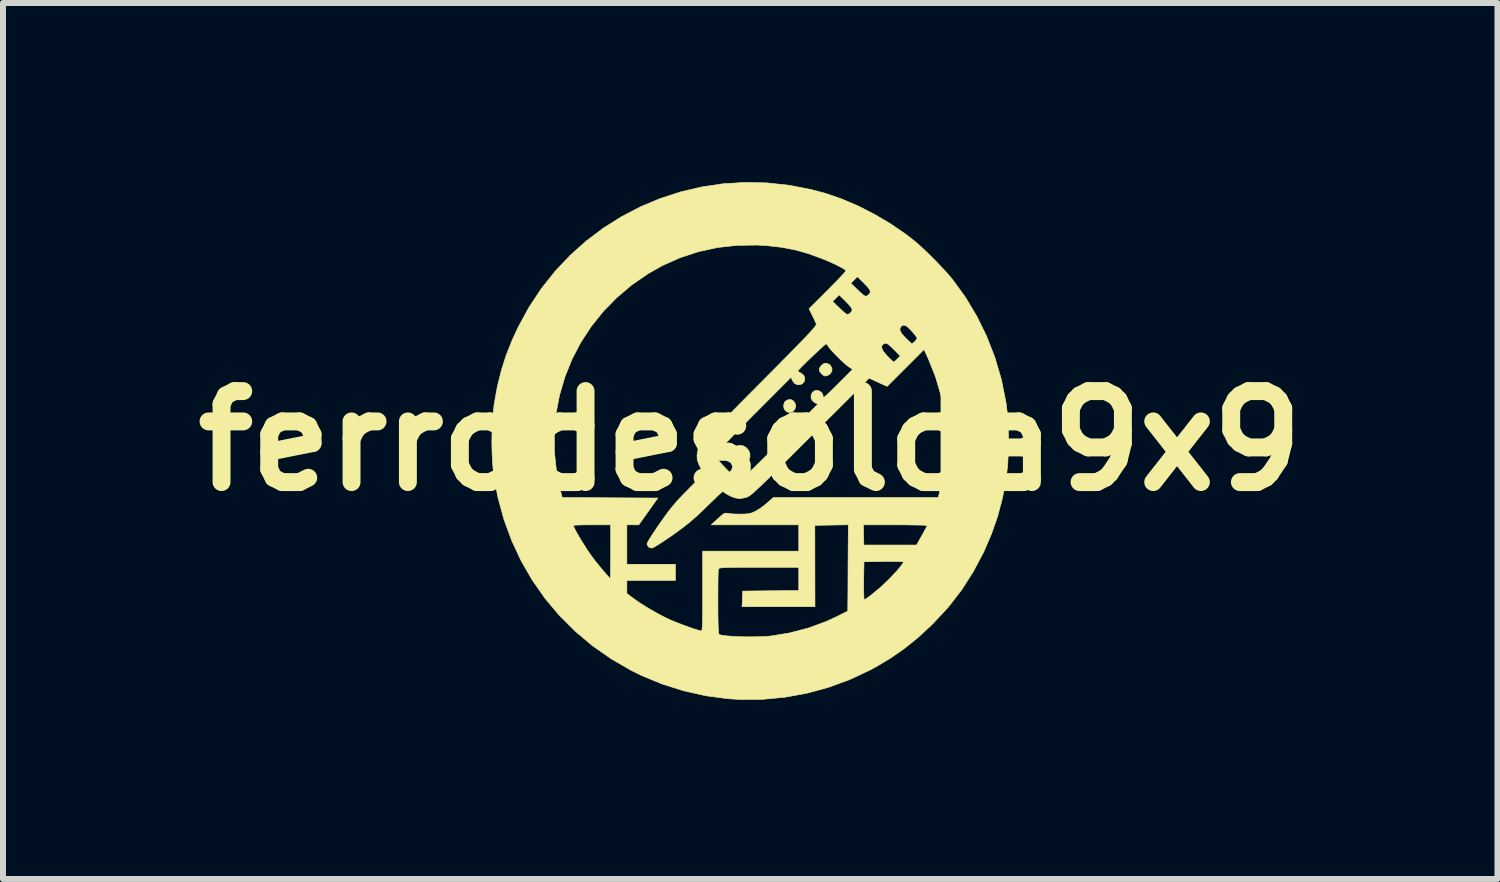
<source format=kicad_pcb>
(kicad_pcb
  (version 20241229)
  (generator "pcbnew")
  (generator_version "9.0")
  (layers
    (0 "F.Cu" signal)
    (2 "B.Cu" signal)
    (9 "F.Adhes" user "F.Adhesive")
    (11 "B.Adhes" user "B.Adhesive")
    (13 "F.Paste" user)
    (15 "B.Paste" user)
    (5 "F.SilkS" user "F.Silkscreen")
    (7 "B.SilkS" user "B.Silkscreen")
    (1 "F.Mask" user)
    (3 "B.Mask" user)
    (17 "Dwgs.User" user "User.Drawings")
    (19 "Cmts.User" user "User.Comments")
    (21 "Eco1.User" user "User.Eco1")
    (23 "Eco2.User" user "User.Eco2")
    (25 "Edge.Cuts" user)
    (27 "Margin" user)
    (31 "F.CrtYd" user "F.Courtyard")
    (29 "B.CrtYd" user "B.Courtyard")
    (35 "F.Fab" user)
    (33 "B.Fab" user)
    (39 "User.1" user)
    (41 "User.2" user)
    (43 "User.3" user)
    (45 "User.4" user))
  (footprint "ferrodesolda9x9"
    (layer "F.Cu")
    (at 9.514 4.334)
    (property "Reference" "ferrodesolda9x9" (at 0 0 0) (layer "F.SilkS") (effects (font (size 1.524 1.524) (thickness 0.3))))
    (attr through_hole)
    (fp_poly (pts (xy 0.689 -0.69) (xy 0.731 -0.663) (xy 0.757 -0.616) (xy 0.762 -0.58) (xy 0.747 -0.528) (xy 0.71 -0.489) (xy 0.661 -0.474) (xy 0.66 -0.474) (xy 0.627 -0.483) (xy 0.596 -0.5) (xy 0.567 -0.539) (xy 0.559 -0.591) (xy 0.571 -0.642) (xy 0.59 -0.666) (xy 0.639 -0.692) (xy 0.689 -0.69)) (stroke (width 0.01) (type solid)) (fill yes) (layer "F.SilkS"))
    (fp_poly (pts (xy 1.334 -1.274) (xy 1.338 -1.27) (xy 1.369 -1.22) (xy 1.368 -1.168) (xy 1.338 -1.123) (xy 1.309 -1.103) (xy 1.267 -1.086) (xy 1.234 -1.092) (xy 1.196 -1.122) (xy 1.193 -1.125) (xy 1.16 -1.168) (xy 1.155 -1.206) (xy 1.18 -1.25) (xy 1.187 -1.259) (xy 1.233 -1.296) (xy 1.284 -1.301) (xy 1.334 -1.274)) (stroke (width 0.01) (type solid)) (fill yes) (layer "F.SilkS"))
    (fp_poly (pts (xy -0.122 0.081) (xy -0.067 0.111) (xy -0.027 0.158) (xy -0.005 0.215) (xy -0.005 0.277) (xy -0.033 0.339) (xy -0.047 0.356) (xy -0.108 0.403) (xy -0.176 0.418) (xy -0.246 0.402) (xy -0.265 0.392) (xy -0.317 0.342) (xy -0.342 0.279) (xy -0.342 0.246) (xy -0.217 0.246) (xy -0.206 0.273) (xy -0.179 0.285) (xy -0.174 0.285) (xy -0.146 0.265) (xy -0.139 0.25) (xy -0.146 0.221) (xy -0.173 0.206) (xy -0.202 0.213) (xy -0.207 0.217) (xy -0.217 0.246) (xy -0.342 0.246) (xy -0.343 0.213) (xy -0.318 0.15) (xy -0.268 0.101) (xy -0.253 0.093) (xy -0.185 0.073) (xy -0.122 0.081)) (stroke (width 0.01) (type solid)) (fill yes) (layer "F.SilkS"))
    (fp_poly (pts (xy 0.283 -4.321) (xy 0.653 -4.281) (xy 1.024 -4.209) (xy 1.257 -4.147) (xy 1.53 -4.053) (xy 1.81 -3.933) (xy 2.088 -3.791) (xy 2.356 -3.632) (xy 2.606 -3.461) (xy 2.769 -3.333) (xy 2.862 -3.251) (xy 2.968 -3.151) (xy 3.079 -3.041) (xy 3.188 -2.928) (xy 3.288 -2.82) (xy 3.371 -2.724) (xy 3.39 -2.701) (xy 3.606 -2.403) (xy 3.797 -2.084) (xy 3.961 -1.748) (xy 4.098 -1.396) (xy 4.205 -1.031) (xy 4.281 -0.655) (xy 4.287 -0.621) (xy 4.308 -0.442) (xy 4.321 -0.24) (xy 4.326 -0.026) (xy 4.323 0.189) (xy 4.312 0.396) (xy 4.292 0.582) (xy 4.286 0.624) (xy 4.225 0.954) (xy 4.143 1.265) (xy 4.038 1.564) (xy 3.913 1.854) (xy 3.739 2.184) (xy 3.543 2.491) (xy 3.322 2.778) (xy 3.072 3.048) (xy 3.02 3.099) (xy 2.797 3.304) (xy 2.574 3.482) (xy 2.343 3.642) (xy 2.094 3.79) (xy 1.994 3.843) (xy 1.659 4) (xy 1.31 4.127) (xy 0.95 4.225) (xy 0.584 4.292) (xy 0.216 4.327) (xy -0.153 4.331) (xy -0.373 4.317) (xy -0.748 4.267) (xy -1.118 4.184) (xy -1.479 4.07) (xy -1.828 3.925) (xy -1.996 3.842) (xy -2.329 3.649) (xy -2.641 3.431) (xy -2.929 3.189) (xy -3.194 2.925) (xy -3.434 2.64) (xy -3.648 2.334) (xy -3.835 2.011) (xy -3.994 1.67) (xy -4.088 1.415) (xy -2.963 1.415) (xy -2.954 1.442) (xy -2.93 1.492) (xy -2.893 1.559) (xy -2.848 1.636) (xy -2.796 1.72) (xy -2.743 1.803) (xy -2.691 1.881) (xy -2.65 1.939) (xy -2.609 1.994) (xy -2.559 2.056) (xy -2.506 2.121) (xy -2.453 2.184) (xy -2.407 2.238) (xy -2.37 2.279) (xy -2.348 2.301) (xy -2.344 2.303) (xy -2.342 2.287) (xy -2.34 2.241) (xy -2.339 2.17) (xy -2.338 2.079) (xy -2.337 1.971) (xy -2.337 1.854) (xy -2.337 1.405) (xy -2.65 1.405) (xy -2.749 1.406) (xy -2.835 1.407) (xy -2.903 1.409) (xy -2.947 1.412) (xy -2.963 1.415) (xy -4.088 1.415) (xy -4.125 1.313) (xy -4.226 0.942) (xy -4.287 0.621) (xy -4.309 0.438) (xy -4.322 0.233) (xy -4.327 0.017) (xy -4.324 -0.136) (xy -3.281 -0.136) (xy -3.279 0.188) (xy -3.244 0.515) (xy -3.176 0.843) (xy -3.167 0.878) (xy -3.148 0.948) (xy -1.548 0.957) (xy -1.707 1.181) (xy -1.866 1.405) (xy -2.066 1.405) (xy -2.066 2.066) (xy -1.253 2.066) (xy -1.253 2.337) (xy -2.066 2.337) (xy -2.066 2.556) (xy -1.977 2.623) (xy -1.849 2.713) (xy -1.702 2.805) (xy -1.548 2.893) (xy -1.405 2.967) (xy -1.336 2.999) (xy -1.251 3.034) (xy -1.158 3.07) (xy -1.065 3.105) (xy -0.977 3.136) (xy -0.901 3.161) (xy -0.844 3.177) (xy -0.817 3.182) (xy -0.811 3.176) (xy -0.807 3.154) (xy -0.803 3.114) (xy -0.8 3.053) (xy -0.798 2.969) (xy -0.797 2.86) (xy -0.796 2.722) (xy -0.796 2.641) (xy -0.541 2.641) (xy -0.541 2.704) (xy -0.541 2.861) (xy -0.539 2.986) (xy -0.537 3.084) (xy -0.534 3.155) (xy -0.531 3.204) (xy -0.526 3.233) (xy -0.519 3.244) (xy -0.519 3.244) (xy -0.472 3.255) (xy -0.397 3.265) (xy -0.302 3.272) (xy -0.191 3.278) (xy -0.073 3.281) (xy 0.047 3.281) (xy 0.163 3.279) (xy 0.268 3.274) (xy 0.347 3.267) (xy 0.664 3.215) (xy 0.974 3.134) (xy 1.271 3.025) (xy 1.439 2.947) (xy 1.634 2.85) (xy 1.637 2.451) (xy 1.9 2.451) (xy 1.901 2.541) (xy 1.903 2.608) (xy 1.907 2.648) (xy 1.912 2.659) (xy 1.932 2.649) (xy 1.97 2.623) (xy 2.018 2.588) (xy 2.177 2.456) (xy 2.323 2.319) (xy 2.447 2.187) (xy 2.456 2.177) (xy 2.503 2.121) (xy 2.541 2.073) (xy 2.565 2.041) (xy 2.571 2.031) (xy 2.557 2.025) (xy 2.51 2.021) (xy 2.431 2.018) (xy 2.322 2.018) (xy 2.241 2.019) (xy 1.905 2.024) (xy 1.9 2.341) (xy 1.9 2.451) (xy 1.637 2.451) (xy 1.638 2.127) (xy 1.643 1.405) (xy 1.895 1.405) (xy 1.903 1.744) (xy 2.344 1.744) (xy 2.786 1.744) (xy 2.874 1.586) (xy 2.911 1.52) (xy 2.94 1.466) (xy 2.959 1.429) (xy 2.963 1.417) (xy 2.947 1.414) (xy 2.901 1.411) (xy 2.829 1.409) (xy 2.735 1.408) (xy 2.624 1.406) (xy 2.499 1.406) (xy 2.429 1.405) (xy 1.895 1.405) (xy 1.643 1.405) (xy 1.643 1.405) (xy 1.363 1.409) (xy 1.082 1.414) (xy 1.083 2.095) (xy 1.084 2.777) (xy -0.137 2.777) (xy -0.132 2.646) (xy -0.127 2.515) (xy 0.343 2.51) (xy 0.813 2.506) (xy 0.813 2.117) (xy 0.146 2.117) (xy -0.023 2.117) (xy -0.161 2.117) (xy -0.272 2.118) (xy -0.358 2.119) (xy -0.422 2.121) (xy -0.468 2.124) (xy -0.499 2.128) (xy -0.518 2.133) (xy -0.528 2.139) (xy -0.532 2.145) (xy -0.535 2.168) (xy -0.537 2.221) (xy -0.539 2.299) (xy -0.54 2.398) (xy -0.541 2.513) (xy -0.541 2.641) (xy -0.796 2.641) (xy -0.796 2.554) (xy -0.796 2.515) (xy -0.796 1.846) (xy 0.813 1.846) (xy 0.813 1.405) (xy 0.08 1.405) (xy -0.652 1.405) (xy -0.542 1.303) (xy -0.488 1.254) (xy -0.451 1.225) (xy -0.423 1.211) (xy -0.397 1.21) (xy -0.373 1.214) (xy -0.328 1.22) (xy -0.262 1.224) (xy -0.186 1.226) (xy -0.161 1.226) (xy -0.081 1.224) (xy -0.023 1.218) (xy 0.025 1.206) (xy 0.076 1.184) (xy 0.086 1.179) (xy 0.147 1.143) (xy 0.217 1.094) (xy 0.281 1.042) (xy 0.283 1.04) (xy 0.386 0.948) (xy 3.148 0.948) (xy 3.165 0.885) (xy 3.237 0.553) (xy 3.276 0.22) (xy 3.281 -0.111) (xy 3.254 -0.44) (xy 3.194 -0.764) (xy 3.101 -1.081) (xy 2.981 -1.379) (xy 2.911 -1.531) (xy 2.602 -1.222) (xy 2.293 -0.913) (xy 2.142 -0.982) (xy 1.992 -1.051) (xy 1 -0.062) (xy 0.822 0.115) (xy 0.667 0.27) (xy 0.532 0.404) (xy 0.416 0.519) (xy 0.317 0.616) (xy 0.234 0.697) (xy 0.165 0.763) (xy 0.109 0.815) (xy 0.064 0.857) (xy 0.027 0.888) (xy -0.002 0.911) (xy -0.025 0.926) (xy -0.043 0.936) (xy -0.06 0.943) (xy -0.071 0.946) (xy -0.125 0.958) (xy -0.169 0.964) (xy -0.181 0.965) (xy -0.249 0.955) (xy -0.326 0.927) (xy -0.398 0.888) (xy -0.398 0.888) (xy -0.462 0.845) (xy -0.514 0.892) (xy -0.544 0.919) (xy -0.592 0.966) (xy -0.654 1.026) (xy -0.726 1.095) (xy -0.789 1.157) (xy -0.897 1.259) (xy -1.002 1.351) (xy -1.114 1.44) (xy -1.242 1.535) (xy -1.311 1.584) (xy -1.402 1.646) (xy -1.485 1.701) (xy -1.556 1.746) (xy -1.61 1.778) (xy -1.643 1.794) (xy -1.649 1.795) (xy -1.697 1.781) (xy -1.724 1.745) (xy -1.727 1.721) (xy -1.718 1.698) (xy -1.692 1.652) (xy -1.651 1.587) (xy -1.6 1.509) (xy -1.54 1.42) (xy -1.513 1.382) (xy -1.431 1.266) (xy -1.359 1.169) (xy -1.29 1.083) (xy -1.218 0.999) (xy -1.134 0.91) (xy -1.033 0.807) (xy -1.03 0.803) (xy -0.942 0.715) (xy -0.877 0.647) (xy -0.83 0.597) (xy -0.8 0.561) (xy -0.784 0.537) (xy -0.78 0.521) (xy -0.785 0.51) (xy -0.788 0.508) (xy -0.822 0.467) (xy -0.855 0.405) (xy -0.881 0.336) (xy -0.889 0.301) (xy -0.89 0.247) (xy -0.593 0.247) (xy -0.581 0.268) (xy -0.55 0.307) (xy -0.504 0.36) (xy -0.448 0.421) (xy -0.387 0.484) (xy -0.326 0.547) (xy -0.269 0.602) (xy -0.222 0.645) (xy -0.189 0.672) (xy -0.177 0.677) (xy -0.162 0.666) (xy -0.126 0.632) (xy -0.071 0.579) (xy 0.002 0.509) (xy 0.09 0.423) (xy 0.19 0.324) (xy 0.301 0.215) (xy 0.42 0.096) (xy 0.485 0.031) (xy 1.132 -0.615) (xy 1.078 -0.642) (xy 1.037 -0.677) (xy 1.018 -0.724) (xy 1.021 -0.773) (xy 1.044 -0.816) (xy 1.084 -0.842) (xy 1.115 -0.847) (xy 1.164 -0.834) (xy 1.202 -0.803) (xy 1.219 -0.762) (xy 1.219 -0.759) (xy 1.225 -0.733) (xy 1.232 -0.728) (xy 1.248 -0.74) (xy 1.283 -0.771) (xy 1.334 -0.82) (xy 1.398 -0.882) (xy 1.47 -0.953) (xy 1.48 -0.963) (xy 1.714 -1.198) (xy 1.64 -1.249) (xy 1.595 -1.285) (xy 1.537 -1.337) (xy 1.474 -1.397) (xy 1.413 -1.46) (xy 1.359 -1.518) (xy 1.332 -1.552) (xy 2.203 -1.552) (xy 2.232 -1.496) (xy 2.291 -1.426) (xy 2.298 -1.419) (xy 2.344 -1.373) (xy 2.381 -1.339) (xy 2.403 -1.322) (xy 2.405 -1.321) (xy 2.422 -1.332) (xy 2.452 -1.36) (xy 2.464 -1.372) (xy 2.513 -1.423) (xy 2.421 -1.517) (xy 2.36 -1.577) (xy 2.317 -1.614) (xy 2.284 -1.632) (xy 2.258 -1.634) (xy 2.235 -1.626) (xy 2.204 -1.595) (xy 2.203 -1.552) (xy 1.332 -1.552) (xy 1.321 -1.565) (xy 1.306 -1.587) (xy 1.285 -1.616) (xy 1.271 -1.626) (xy 1.254 -1.614) (xy 1.219 -1.584) (xy 1.169 -1.538) (xy 1.109 -1.482) (xy 1.043 -1.42) (xy 0.977 -1.357) (xy 0.915 -1.296) (xy 0.862 -1.243) (xy 0.822 -1.201) (xy 0.799 -1.176) (xy 0.796 -1.171) (xy 0.81 -1.157) (xy 0.844 -1.138) (xy 0.851 -1.135) (xy 0.895 -1.1) (xy 0.914 -1.053) (xy 0.909 -1.004) (xy 0.88 -0.963) (xy 0.851 -0.947) (xy 0.792 -0.94) (xy 0.741 -0.964) (xy 0.705 -1.016) (xy 0.684 -1.066) (xy 0.046 -0.427) (xy -0.114 -0.265) (xy -0.252 -0.126) (xy -0.367 -0.007) (xy -0.459 0.089) (xy -0.527 0.163) (xy -0.571 0.214) (xy -0.591 0.243) (xy -0.593 0.247) (xy -0.89 0.247) (xy -0.891 0.232) (xy -0.874 0.147) (xy -0.874 0.147) (xy -0.868 0.13) (xy -0.861 0.113) (xy -0.85 0.093) (xy -0.835 0.07) (xy -0.813 0.041) (xy -0.783 0.006) (xy -0.743 -0.038) (xy -0.693 -0.093) (xy -0.629 -0.159) (xy -0.552 -0.239) (xy -0.458 -0.334) (xy -0.347 -0.447) (xy -0.217 -0.578) (xy -0.067 -0.73) (xy 0.105 -0.903) (xy 0.135 -0.933) (xy 0.316 -1.115) (xy 0.474 -1.274) (xy 0.61 -1.413) (xy 0.727 -1.532) (xy 0.825 -1.632) (xy 0.906 -1.716) (xy 0.971 -1.785) (xy 1.022 -1.84) (xy 1.045 -1.867) (xy 2.506 -1.867) (xy 2.516 -1.831) (xy 2.546 -1.785) (xy 2.601 -1.725) (xy 2.603 -1.723) (xy 2.649 -1.678) (xy 2.685 -1.644) (xy 2.706 -1.627) (xy 2.708 -1.626) (xy 2.724 -1.636) (xy 2.753 -1.661) (xy 2.755 -1.662) (xy 2.782 -1.694) (xy 2.794 -1.72) (xy 2.794 -1.72) (xy 2.783 -1.743) (xy 2.754 -1.782) (xy 2.715 -1.828) (xy 2.672 -1.874) (xy 2.633 -1.911) (xy 2.606 -1.931) (xy 2.562 -1.939) (xy 2.526 -1.919) (xy 2.507 -1.879) (xy 2.506 -1.867) (xy 1.045 -1.867) (xy 1.059 -1.882) (xy 1.085 -1.914) (xy 1.1 -1.936) (xy 1.107 -1.95) (xy 1.107 -1.955) (xy 1.094 -1.987) (xy 1.071 -2.038) (xy 1.042 -2.098) (xy 1.04 -2.101) (xy 0.985 -2.213) (xy 1.108 -2.336) (xy 1.38 -2.336) (xy 1.493 -2.226) (xy 1.544 -2.178) (xy 1.588 -2.141) (xy 1.619 -2.12) (xy 1.627 -2.117) (xy 1.655 -2.127) (xy 1.679 -2.145) (xy 1.702 -2.172) (xy 1.706 -2.201) (xy 1.69 -2.236) (xy 1.652 -2.283) (xy 1.6 -2.337) (xy 1.49 -2.446) (xy 1.435 -2.391) (xy 1.38 -2.336) (xy 1.108 -2.336) (xy 1.297 -2.524) (xy 1.38 -2.609) (xy 1.411 -2.64) (xy 1.685 -2.64) (xy 1.797 -2.531) (xy 1.849 -2.483) (xy 1.893 -2.446) (xy 1.924 -2.424) (xy 1.931 -2.421) (xy 1.96 -2.432) (xy 1.984 -2.449) (xy 2.007 -2.477) (xy 2.011 -2.505) (xy 1.995 -2.541) (xy 1.957 -2.588) (xy 1.905 -2.642) (xy 1.795 -2.751) (xy 1.74 -2.696) (xy 1.685 -2.64) (xy 1.411 -2.64) (xy 1.455 -2.685) (xy 1.518 -2.751) (xy 1.566 -2.803) (xy 1.595 -2.838) (xy 1.604 -2.851) (xy 1.584 -2.87) (xy 1.539 -2.898) (xy 1.471 -2.934) (xy 1.387 -2.974) (xy 1.291 -3.017) (xy 1.201 -3.054) (xy 0.973 -3.137) (xy 0.753 -3.199) (xy 0.531 -3.242) (xy 0.295 -3.269) (xy 0.11 -3.28) (xy -0.221 -3.275) (xy -0.547 -3.239) (xy -0.865 -3.17) (xy -1.173 -3.069) (xy -1.47 -2.937) (xy -1.704 -2.805) (xy -1.982 -2.614) (xy -2.234 -2.401) (xy -2.462 -2.168) (xy -2.663 -1.917) (xy -2.838 -1.649) (xy -2.985 -1.368) (xy -3.103 -1.073) (xy -3.193 -0.769) (xy -3.253 -0.456) (xy -3.281 -0.136) (xy -4.324 -0.136) (xy -4.323 -0.2) (xy -4.311 -0.407) (xy -4.291 -0.593) (xy -4.286 -0.627) (xy -4.234 -0.914) (xy -4.168 -1.179) (xy -4.088 -1.433) (xy -3.988 -1.685) (xy -3.886 -1.905) (xy -3.704 -2.239) (xy -3.498 -2.55) (xy -3.268 -2.84) (xy -3.017 -3.106) (xy -2.746 -3.348) (xy -2.458 -3.565) (xy -2.153 -3.757) (xy -1.834 -3.923) (xy -1.503 -4.061) (xy -1.16 -4.172) (xy -0.809 -4.254) (xy -0.45 -4.307) (xy -0.085 -4.329) (xy 0.283 -4.321)) (stroke (width 0.01) (type solid)) (fill yes) (layer "F.SilkS")))
  (gr_rect
    (start -3 -3)
    (end 22.028 11.67)
    (stroke (width 0.1) (type default))
    (fill no)
    (layer "Edge.Cuts")))
</source>
